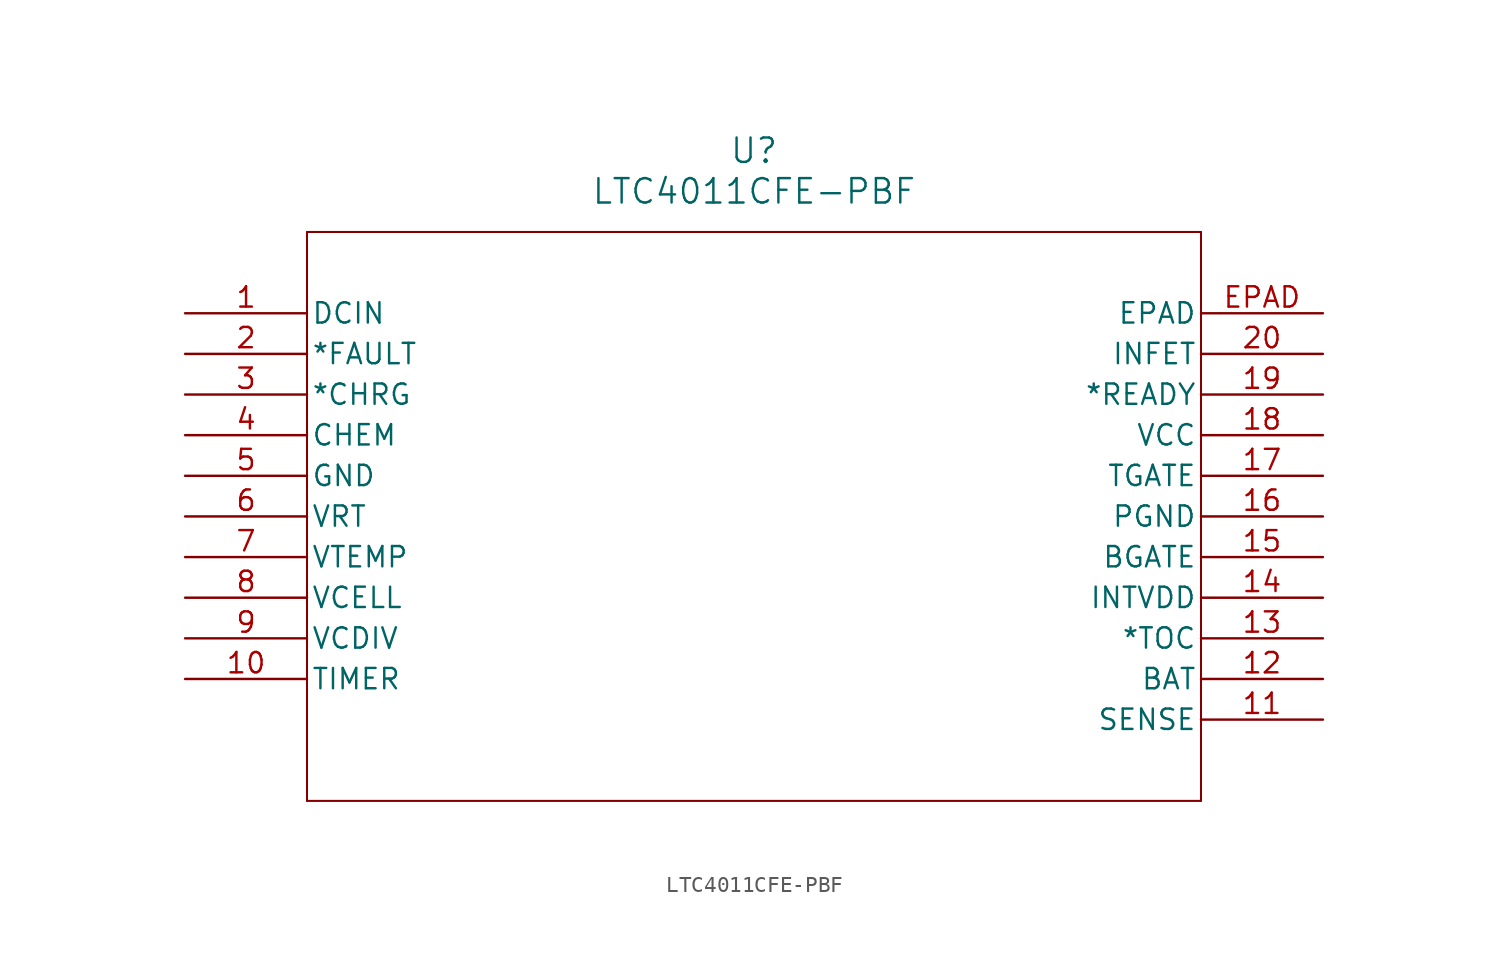
<source format=kicad_sym>
(kicad_symbol_lib
  (version 20211014)
  (generator kicad_symbol_editor)
  (symbol "LTC4011CFE-PBF"
    (pin_names
      (offset 0.254))
    (property "Reference" "U"
      (at 35.56 10.16 0)
      (effects (font (size 1.524 1.524))))
    (property "Value" "LTC4011CFE-PBF"
      (at 35.56 7.62 0)
      (effects (font (size 1.524 1.524))))
    (symbol "LTC4011CFE-PBF_0_1"
      (polyline (pts (xy 7.62 5.08) (xy 7.62 -30.48)) (stroke (width 0.127) (type default) (color 0 0 0 0)) (fill (type none)))
      (polyline (pts (xy 7.62 -30.48) (xy 63.5 -30.48)) (stroke (width 0.127) (type default) (color 0 0 0 0)) (fill (type none)))
      (polyline (pts (xy 63.5 -30.48) (xy 63.5 5.08)) (stroke (width 0.127) (type default) (color 0 0 0 0)) (fill (type none)))
      (polyline (pts (xy 63.5 5.08) (xy 7.62 5.08)) (stroke (width 0.127) (type default) (color 0 0 0 0)) (fill (type none)))
      (pin input line (at 0 0 0) (length 7.62) (name "DCIN" (effects (font (size 1.27 1.27)))) (number "1" (effects (font (size 1.27 1.27)))))
      (pin output line (at 0 -2.54 0) (length 7.62) (name "*FAULT" (effects (font (size 1.27 1.27)))) (number "2" (effects (font (size 1.27 1.27)))))
      (pin output line (at 0 -5.08 0) (length 7.62) (name "*CHRG" (effects (font (size 1.27 1.27)))) (number "3" (effects (font (size 1.27 1.27)))))
      (pin input line (at 0 -7.62 0) (length 7.62) (name "CHEM" (effects (font (size 1.27 1.27)))) (number "4" (effects (font (size 1.27 1.27)))))
      (pin power_in line (at 0 -10.16 0) (length 7.62) (name "GND" (effects (font (size 1.27 1.27)))) (number "5" (effects (font (size 1.27 1.27)))))
      (pin output line (at 0 -12.7 0) (length 7.62) (name "VRT" (effects (font (size 1.27 1.27)))) (number "6" (effects (font (size 1.27 1.27)))))
      (pin input line (at 0 -15.24 0) (length 7.62) (name "VTEMP" (effects (font (size 1.27 1.27)))) (number "7" (effects (font (size 1.27 1.27)))))
      (pin input line (at 0 -17.78 0) (length 7.62) (name "VCELL" (effects (font (size 1.27 1.27)))) (number "8" (effects (font (size 1.27 1.27)))))
      (pin unspecified line (at 0 -20.32 0) (length 7.62) (name "VCDIV" (effects (font (size 1.27 1.27)))) (number "9" (effects (font (size 1.27 1.27)))))
      (pin input line (at 0 -22.86 0) (length 7.62) (name "TIMER" (effects (font (size 1.27 1.27)))) (number "10" (effects (font (size 1.27 1.27)))))
      (pin input line (at 71.12 -25.4 180) (length 7.62) (name "SENSE" (effects (font (size 1.27 1.27)))) (number "11" (effects (font (size 1.27 1.27)))))
      (pin unspecified line (at 71.12 -22.86 180) (length 7.62) (name "BAT" (effects (font (size 1.27 1.27)))) (number "12" (effects (font (size 1.27 1.27)))))
      (pin output line (at 71.12 -20.32 180) (length 7.62) (name "*TOC" (effects (font (size 1.27 1.27)))) (number "13" (effects (font (size 1.27 1.27)))))
      (pin output line (at 71.12 -17.78 180) (length 7.62) (name "INTVDD" (effects (font (size 1.27 1.27)))) (number "14" (effects (font (size 1.27 1.27)))))
      (pin output line (at 71.12 -15.24 180) (length 7.62) (name "BGATE" (effects (font (size 1.27 1.27)))) (number "15" (effects (font (size 1.27 1.27)))))
      (pin power_in line (at 71.12 -12.7 180) (length 7.62) (name "PGND" (effects (font (size 1.27 1.27)))) (number "16" (effects (font (size 1.27 1.27)))))
      (pin output line (at 71.12 -10.16 180) (length 7.62) (name "TGATE" (effects (font (size 1.27 1.27)))) (number "17" (effects (font (size 1.27 1.27)))))
      (pin power_in line (at 71.12 -7.62 180) (length 7.62) (name "VCC" (effects (font (size 1.27 1.27)))) (number "18" (effects (font (size 1.27 1.27)))))
      (pin output line (at 71.12 -5.08 180) (length 7.62) (name "*READY" (effects (font (size 1.27 1.27)))) (number "19" (effects (font (size 1.27 1.27)))))
      (pin output line (at 71.12 -2.54 180) (length 7.62) (name "INFET" (effects (font (size 1.27 1.27)))) (number "20" (effects (font (size 1.27 1.27)))))
      (pin unspecified line (at 71.12 0 180) (length 7.62) (name "EPAD" (effects (font (size 1.27 1.27)))) (number "EPAD" (effects (font (size 1.27 1.27))))))))
</source>
